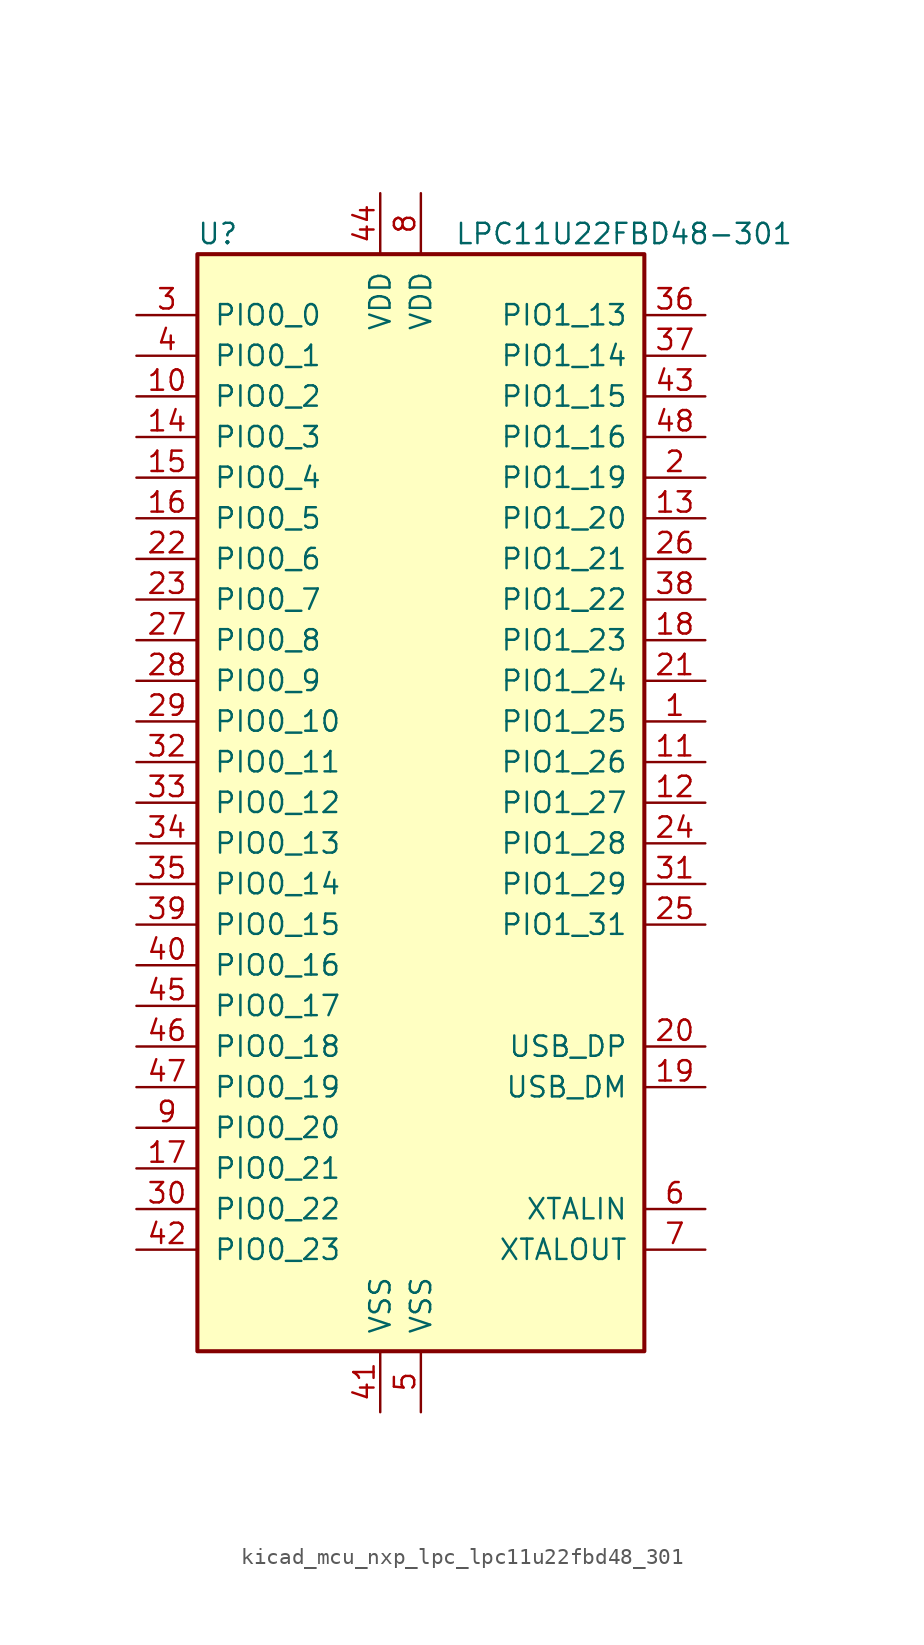
<source format=kicad_sym>
(kicad_symbol_lib
  (version 20220914)
  (generator kicad_symbol_editor)
  (symbol "kicad_mcu_nxp_lpc_lpc11u22fbd48_301"
    (pin_names
      (offset 1.016))
    (property "Reference" "U"
      (at -12.7 35.56 0)
      (effects (font (size 1.27 1.27))))
    (property "Value" "LPC11U22FBD48-301"
      (at 12.7 35.56 0)
      (effects (font (size 1.27 1.27))))
    (symbol "kicad_mcu_nxp_lpc_lpc11u22fbd48_301_0_1"
      (rectangle (start -13.97 34.29) (end 13.97 -34.29) (stroke (width 0.254) (type default)) (fill (type background))))
    (symbol "kicad_mcu_nxp_lpc_lpc11u22fbd48_301_1_1"
      (pin bidirectional line (at 17.78 5.08 180) (length 3.81) (name "PIO1_25" (effects (font (size 1.27 1.27)))) (number "1" (effects (font (size 1.27 1.27)))))
      (pin bidirectional line (at -17.78 25.4 0) (length 3.81) (name "PIO0_2" (effects (font (size 1.27 1.27)))) (number "10" (effects (font (size 1.27 1.27)))))
      (pin bidirectional line (at 17.78 2.54 180) (length 3.81) (name "PIO1_26" (effects (font (size 1.27 1.27)))) (number "11" (effects (font (size 1.27 1.27)))))
      (pin bidirectional line (at 17.78 0 180) (length 3.81) (name "PIO1_27" (effects (font (size 1.27 1.27)))) (number "12" (effects (font (size 1.27 1.27)))))
      (pin bidirectional line (at 17.78 17.78 180) (length 3.81) (name "PIO1_20" (effects (font (size 1.27 1.27)))) (number "13" (effects (font (size 1.27 1.27)))))
      (pin bidirectional line (at -17.78 22.86 0) (length 3.81) (name "PIO0_3" (effects (font (size 1.27 1.27)))) (number "14" (effects (font (size 1.27 1.27)))))
      (pin bidirectional line (at -17.78 20.32 0) (length 3.81) (name "PIO0_4" (effects (font (size 1.27 1.27)))) (number "15" (effects (font (size 1.27 1.27)))))
      (pin bidirectional line (at -17.78 17.78 0) (length 3.81) (name "PIO0_5" (effects (font (size 1.27 1.27)))) (number "16" (effects (font (size 1.27 1.27)))))
      (pin bidirectional line (at -17.78 -22.86 0) (length 3.81) (name "PIO0_21" (effects (font (size 1.27 1.27)))) (number "17" (effects (font (size 1.27 1.27)))))
      (pin bidirectional line (at 17.78 10.16 180) (length 3.81) (name "PIO1_23" (effects (font (size 1.27 1.27)))) (number "18" (effects (font (size 1.27 1.27)))))
      (pin bidirectional line (at 17.78 -17.78 180) (length 3.81) (name "USB_DM" (effects (font (size 1.27 1.27)))) (number "19" (effects (font (size 1.27 1.27)))))
      (pin bidirectional line (at 17.78 20.32 180) (length 3.81) (name "PIO1_19" (effects (font (size 1.27 1.27)))) (number "2" (effects (font (size 1.27 1.27)))))
      (pin bidirectional line (at 17.78 -15.24 180) (length 3.81) (name "USB_DP" (effects (font (size 1.27 1.27)))) (number "20" (effects (font (size 1.27 1.27)))))
      (pin bidirectional line (at 17.78 7.62 180) (length 3.81) (name "PIO1_24" (effects (font (size 1.27 1.27)))) (number "21" (effects (font (size 1.27 1.27)))))
      (pin bidirectional line (at -17.78 15.24 0) (length 3.81) (name "PIO0_6" (effects (font (size 1.27 1.27)))) (number "22" (effects (font (size 1.27 1.27)))))
      (pin bidirectional line (at -17.78 12.7 0) (length 3.81) (name "PIO0_7" (effects (font (size 1.27 1.27)))) (number "23" (effects (font (size 1.27 1.27)))))
      (pin bidirectional line (at 17.78 -2.54 180) (length 3.81) (name "PIO1_28" (effects (font (size 1.27 1.27)))) (number "24" (effects (font (size 1.27 1.27)))))
      (pin bidirectional line (at 17.78 -7.62 180) (length 3.81) (name "PIO1_31" (effects (font (size 1.27 1.27)))) (number "25" (effects (font (size 1.27 1.27)))))
      (pin bidirectional line (at 17.78 15.24 180) (length 3.81) (name "PIO1_21" (effects (font (size 1.27 1.27)))) (number "26" (effects (font (size 1.27 1.27)))))
      (pin bidirectional line (at -17.78 10.16 0) (length 3.81) (name "PIO0_8" (effects (font (size 1.27 1.27)))) (number "27" (effects (font (size 1.27 1.27)))))
      (pin bidirectional line (at -17.78 7.62 0) (length 3.81) (name "PIO0_9" (effects (font (size 1.27 1.27)))) (number "28" (effects (font (size 1.27 1.27)))))
      (pin bidirectional line (at -17.78 5.08 0) (length 3.81) (name "PIO0_10" (effects (font (size 1.27 1.27)))) (number "29" (effects (font (size 1.27 1.27)))))
      (pin bidirectional line (at -17.78 30.48 0) (length 3.81) (name "PIO0_0" (effects (font (size 1.27 1.27)))) (number "3" (effects (font (size 1.27 1.27)))))
      (pin bidirectional line (at -17.78 -25.4 0) (length 3.81) (name "PIO0_22" (effects (font (size 1.27 1.27)))) (number "30" (effects (font (size 1.27 1.27)))))
      (pin bidirectional line (at 17.78 -5.08 180) (length 3.81) (name "PIO1_29" (effects (font (size 1.27 1.27)))) (number "31" (effects (font (size 1.27 1.27)))))
      (pin bidirectional line (at -17.78 2.54 0) (length 3.81) (name "PIO0_11" (effects (font (size 1.27 1.27)))) (number "32" (effects (font (size 1.27 1.27)))))
      (pin bidirectional line (at -17.78 0 0) (length 3.81) (name "PIO0_12" (effects (font (size 1.27 1.27)))) (number "33" (effects (font (size 1.27 1.27)))))
      (pin bidirectional line (at -17.78 -2.54 0) (length 3.81) (name "PIO0_13" (effects (font (size 1.27 1.27)))) (number "34" (effects (font (size 1.27 1.27)))))
      (pin bidirectional line (at -17.78 -5.08 0) (length 3.81) (name "PIO0_14" (effects (font (size 1.27 1.27)))) (number "35" (effects (font (size 1.27 1.27)))))
      (pin bidirectional line (at 17.78 30.48 180) (length 3.81) (name "PIO1_13" (effects (font (size 1.27 1.27)))) (number "36" (effects (font (size 1.27 1.27)))))
      (pin bidirectional line (at 17.78 27.94 180) (length 3.81) (name "PIO1_14" (effects (font (size 1.27 1.27)))) (number "37" (effects (font (size 1.27 1.27)))))
      (pin bidirectional line (at 17.78 12.7 180) (length 3.81) (name "PIO1_22" (effects (font (size 1.27 1.27)))) (number "38" (effects (font (size 1.27 1.27)))))
      (pin bidirectional line (at -17.78 -7.62 0) (length 3.81) (name "PIO0_15" (effects (font (size 1.27 1.27)))) (number "39" (effects (font (size 1.27 1.27)))))
      (pin bidirectional line (at -17.78 27.94 0) (length 3.81) (name "PIO0_1" (effects (font (size 1.27 1.27)))) (number "4" (effects (font (size 1.27 1.27)))))
      (pin bidirectional line (at -17.78 -10.16 0) (length 3.81) (name "PIO0_16" (effects (font (size 1.27 1.27)))) (number "40" (effects (font (size 1.27 1.27)))))
      (pin power_in line (at -2.54 -38.1 90) (length 3.81) (name "VSS" (effects (font (size 1.27 1.27)))) (number "41" (effects (font (size 1.27 1.27)))))
      (pin bidirectional line (at -17.78 -27.94 0) (length 3.81) (name "PIO0_23" (effects (font (size 1.27 1.27)))) (number "42" (effects (font (size 1.27 1.27)))))
      (pin bidirectional line (at 17.78 25.4 180) (length 3.81) (name "PIO1_15" (effects (font (size 1.27 1.27)))) (number "43" (effects (font (size 1.27 1.27)))))
      (pin power_in line (at -2.54 38.1 270) (length 3.81) (name "VDD" (effects (font (size 1.27 1.27)))) (number "44" (effects (font (size 1.27 1.27)))))
      (pin bidirectional line (at -17.78 -12.7 0) (length 3.81) (name "PIO0_17" (effects (font (size 1.27 1.27)))) (number "45" (effects (font (size 1.27 1.27)))))
      (pin bidirectional line (at -17.78 -15.24 0) (length 3.81) (name "PIO0_18" (effects (font (size 1.27 1.27)))) (number "46" (effects (font (size 1.27 1.27)))))
      (pin bidirectional line (at -17.78 -17.78 0) (length 3.81) (name "PIO0_19" (effects (font (size 1.27 1.27)))) (number "47" (effects (font (size 1.27 1.27)))))
      (pin bidirectional line (at 17.78 22.86 180) (length 3.81) (name "PIO1_16" (effects (font (size 1.27 1.27)))) (number "48" (effects (font (size 1.27 1.27)))))
      (pin power_in line (at 0 -38.1 90) (length 3.81) (name "VSS" (effects (font (size 1.27 1.27)))) (number "5" (effects (font (size 1.27 1.27)))))
      (pin input line (at 17.78 -25.4 180) (length 3.81) (name "XTALIN" (effects (font (size 1.27 1.27)))) (number "6" (effects (font (size 1.27 1.27)))))
      (pin output line (at 17.78 -27.94 180) (length 3.81) (name "XTALOUT" (effects (font (size 1.27 1.27)))) (number "7" (effects (font (size 1.27 1.27)))))
      (pin power_in line (at 0 38.1 270) (length 3.81) (name "VDD" (effects (font (size 1.27 1.27)))) (number "8" (effects (font (size 1.27 1.27)))))
      (pin bidirectional line (at -17.78 -20.32 0) (length 3.81) (name "PIO0_20" (effects (font (size 1.27 1.27)))) (number "9" (effects (font (size 1.27 1.27))))))))
</source>
